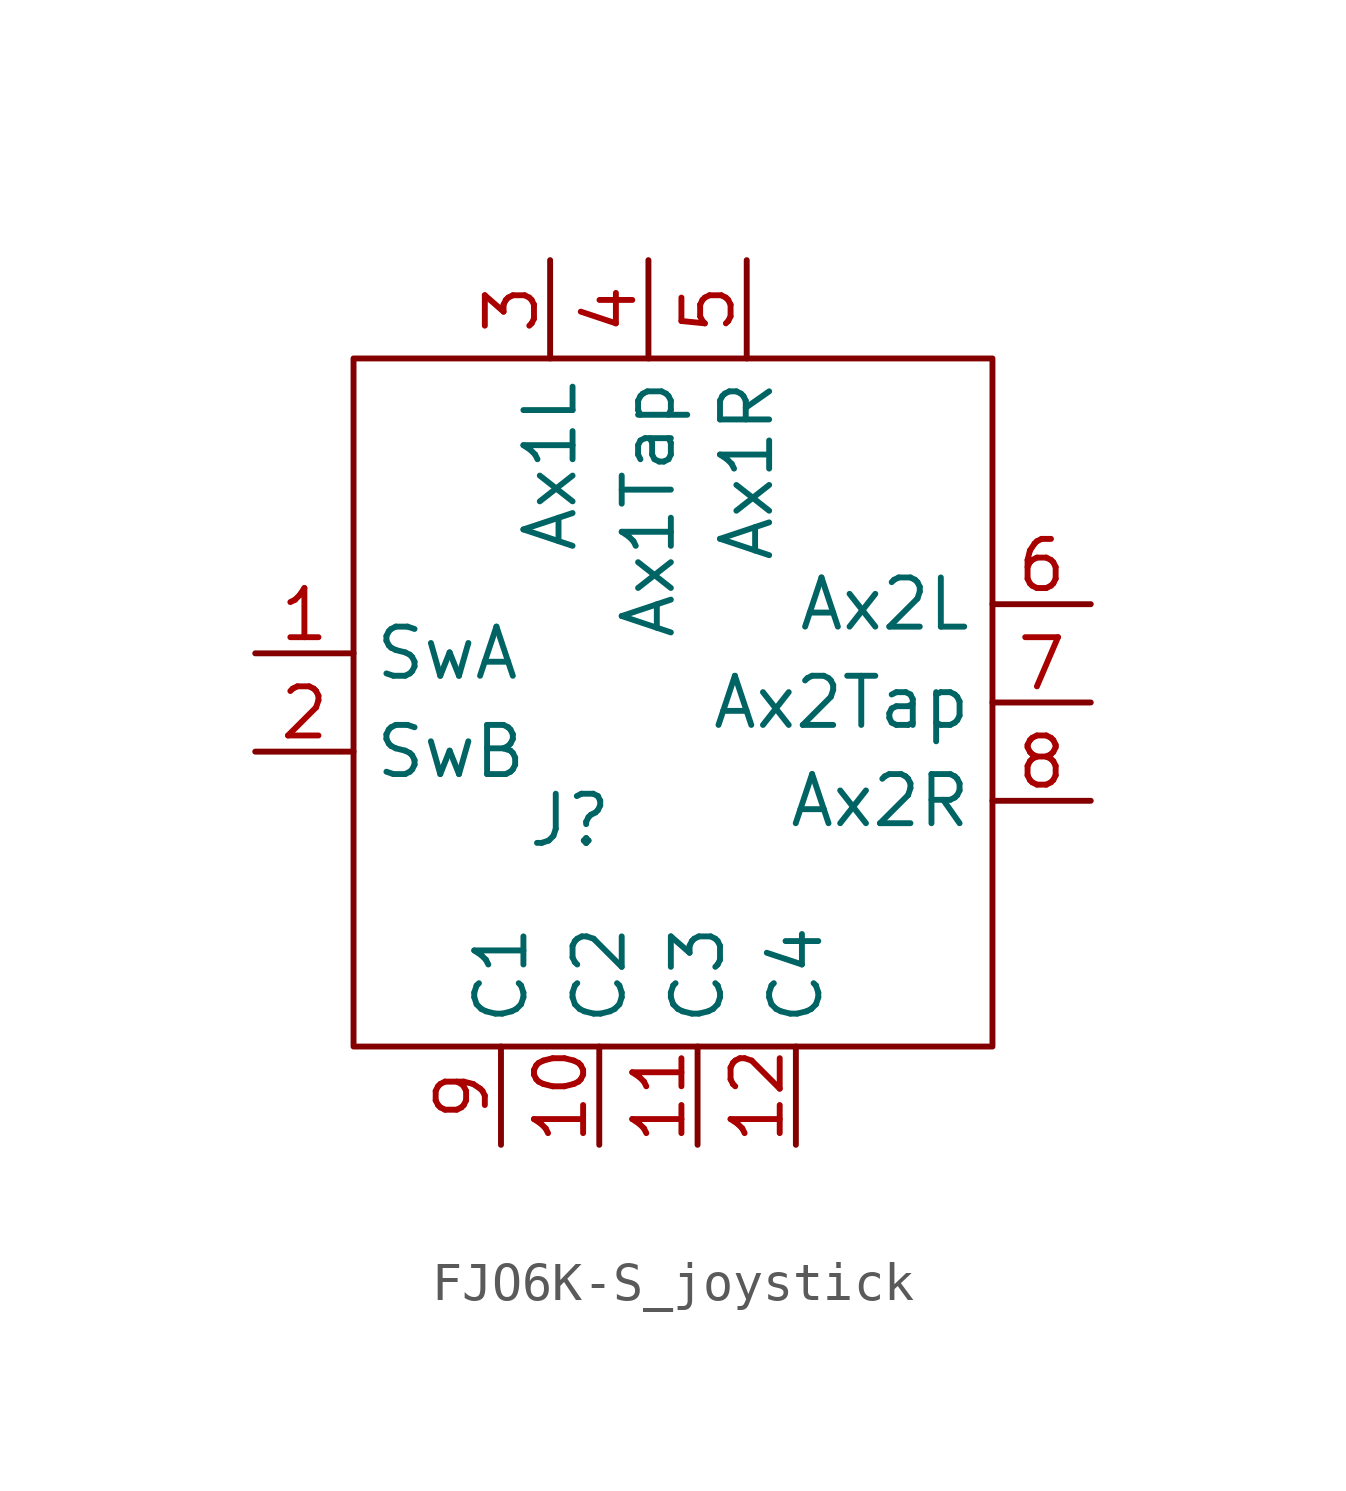
<source format=kicad_sym>
(kicad_symbol_lib
  (version 20231120)
  (generator "kicad_symbol_editor")
  (generator_version "8.0")
  (symbol "FJO6K-S_joystick"
    (property "Reference" "J"
      (at -2.032 -3.048 0)
      (effects (font (size 1.27 1.27))))
    (property "Value" ""
      (at 0 0 0)
      (effects (font (size 1.27 1.27))))
    (symbol "FJO6K-S_joystick_0_1"
      (rectangle (start 8.89 8.89) (end -7.62 -8.89) (stroke (width 0) (type default)) (fill (type none))))
    (symbol "FJO6K-S_joystick_1_1"
      (pin passive line (at -10.16 1.27 0) (length 2.54) (name "SwA" (effects (font (size 1.27 1.27)))) (number "1" (effects (font (size 1.27 1.27)))))
      (pin passive line (at -1.27 -11.43 90) (length 2.54) (name "C2" (effects (font (size 1.27 1.27)))) (number "10" (effects (font (size 1.27 1.27)))))
      (pin passive line (at 1.27 -11.43 90) (length 2.54) (name "C3" (effects (font (size 1.27 1.27)))) (number "11" (effects (font (size 1.27 1.27)))))
      (pin passive line (at 3.81 -11.43 90) (length 2.54) (name "C4" (effects (font (size 1.27 1.27)))) (number "12" (effects (font (size 1.27 1.27)))))
      (pin passive line (at -10.16 -1.27 0) (length 2.54) (name "SwB" (effects (font (size 1.27 1.27)))) (number "2" (effects (font (size 1.27 1.27)))))
      (pin passive line (at -2.54 11.43 270) (length 2.54) (name "Ax1L" (effects (font (size 1.27 1.27)))) (number "3" (effects (font (size 1.27 1.27)))))
      (pin passive line (at 0 11.43 270) (length 2.54) (name "Ax1Tap" (effects (font (size 1.27 1.27)))) (number "4" (effects (font (size 1.27 1.27)))))
      (pin passive line (at 2.54 11.43 270) (length 2.54) (name "Ax1R" (effects (font (size 1.27 1.27)))) (number "5" (effects (font (size 1.27 1.27)))))
      (pin passive line (at 11.43 2.54 180) (length 2.54) (name "Ax2L" (effects (font (size 1.27 1.27)))) (number "6" (effects (font (size 1.27 1.27)))))
      (pin passive line (at 11.43 0 180) (length 2.54) (name "Ax2Tap" (effects (font (size 1.27 1.27)))) (number "7" (effects (font (size 1.27 1.27)))))
      (pin passive line (at 11.43 -2.54 180) (length 2.54) (name "Ax2R" (effects (font (size 1.27 1.27)))) (number "8" (effects (font (size 1.27 1.27)))))
      (pin passive line (at -3.81 -11.43 90) (length 2.54) (name "C1" (effects (font (size 1.27 1.27)))) (number "9" (effects (font (size 1.27 1.27))))))))
</source>
